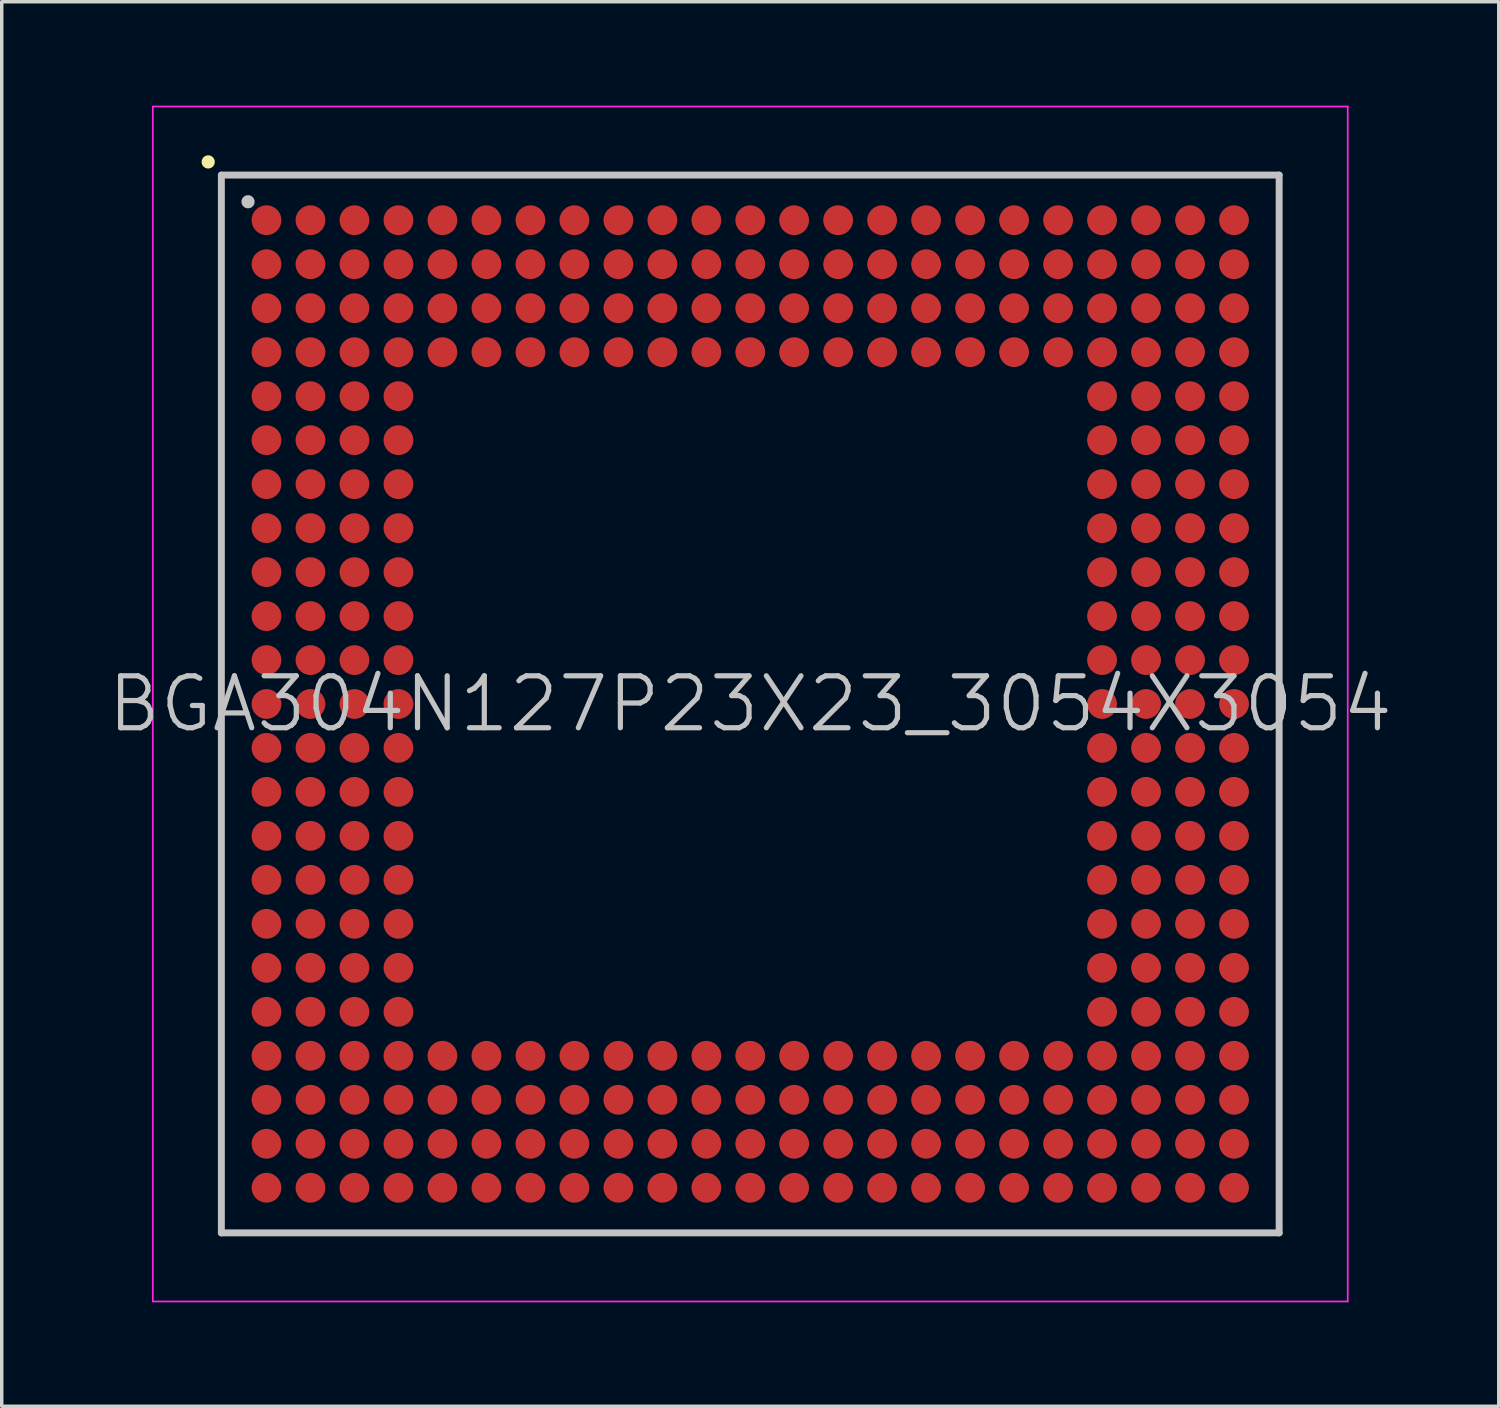
<source format=kicad_pcb>
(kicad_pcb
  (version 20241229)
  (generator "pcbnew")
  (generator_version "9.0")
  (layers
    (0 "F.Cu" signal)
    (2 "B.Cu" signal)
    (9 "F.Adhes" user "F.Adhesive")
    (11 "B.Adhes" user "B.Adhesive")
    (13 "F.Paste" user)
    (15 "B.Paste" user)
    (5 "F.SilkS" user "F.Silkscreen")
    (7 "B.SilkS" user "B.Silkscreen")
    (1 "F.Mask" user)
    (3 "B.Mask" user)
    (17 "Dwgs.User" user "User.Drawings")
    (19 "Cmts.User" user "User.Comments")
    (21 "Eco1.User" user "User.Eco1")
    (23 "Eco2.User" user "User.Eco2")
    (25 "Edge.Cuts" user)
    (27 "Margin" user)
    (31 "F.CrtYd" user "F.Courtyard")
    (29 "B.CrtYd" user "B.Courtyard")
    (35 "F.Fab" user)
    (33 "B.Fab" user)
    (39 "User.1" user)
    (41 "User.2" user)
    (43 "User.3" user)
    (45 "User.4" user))
  (footprint "BGA304N127P23X23_3054X3054"
    (layer "F.Cu")
    (at 18.611 17.275)
    (property "Reference" "BGA304N127P23X23_3054X3054" (at 0 0 0) (layer "Dwgs.User") (effects (font (size 1.5 1.5) (thickness 0.15))))
    (attr smd)
    (fp_line (start -15.65 -15.65) (end -15.65 -15.65) (stroke (width 0.381) (type solid)) (layer "F.SilkS"))
    (fp_line (start -15.27 -15.27) (end -15.27 15.27) (stroke (width 0.2) (type solid)) (layer "Dwgs.User"))
    (fp_line (start -15.27 -15.27) (end 15.27 -15.27) (stroke (width 0.2) (type solid)) (layer "Dwgs.User"))
    (fp_line (start -15.27 15.27) (end 15.27 15.27) (stroke (width 0.2) (type solid)) (layer "Dwgs.User"))
    (fp_line (start -14.5 -14.5) (end -14.5 -14.5) (stroke (width 0.381) (type solid)) (layer "Dwgs.User"))
    (fp_line (start 15.27 -15.27) (end 15.27 15.27) (stroke (width 0.2) (type solid)) (layer "Dwgs.User"))
    (fp_line (start -17.25 -17.25) (end -17.25 17.25) (stroke (width 0.05) (type solid)) (layer "F.CrtYd"))
    (fp_line (start -17.25 -17.25) (end 17.25 -17.25) (stroke (width 0.05) (type solid)) (layer "F.CrtYd"))
    (fp_line (start -17.25 17.25) (end 17.25 17.25) (stroke (width 0.05) (type solid)) (layer "F.CrtYd"))
    (fp_line (start 17.25 -17.25) (end 17.25 17.25) (stroke (width 0.05) (type solid)) (layer "F.CrtYd"))
    (pad "A1" smd circle (at -13.967 -13.967 270) (size 0.86 0.86) (layers "F.Cu" "F.Mask" "F.Paste"))
    (pad "A2" smd circle (at -12.697 -13.967 270) (size 0.86 0.86) (layers "F.Cu" "F.Mask" "F.Paste"))
    (pad "A3" smd circle (at -11.427 -13.967 270) (size 0.86 0.86) (layers "F.Cu" "F.Mask" "F.Paste"))
    (pad "A4" smd circle (at -10.157 -13.967 270) (size 0.86 0.86) (layers "F.Cu" "F.Mask" "F.Paste"))
    (pad "A5" smd circle (at -8.887 -13.967 270) (size 0.86 0.86) (layers "F.Cu" "F.Mask" "F.Paste"))
    (pad "A6" smd circle (at -7.617 -13.967 270) (size 0.86 0.86) (layers "F.Cu" "F.Mask" "F.Paste"))
    (pad "A7" smd circle (at -6.347 -13.967 270) (size 0.86 0.86) (layers "F.Cu" "F.Mask" "F.Paste"))
    (pad "A8" smd circle (at -5.077 -13.967 270) (size 0.86 0.86) (layers "F.Cu" "F.Mask" "F.Paste"))
    (pad "A9" smd circle (at -3.807 -13.967 270) (size 0.86 0.86) (layers "F.Cu" "F.Mask" "F.Paste"))
    (pad "A10" smd circle (at -2.537 -13.967 270) (size 0.86 0.86) (layers "F.Cu" "F.Mask" "F.Paste"))
    (pad "A11" smd circle (at -1.267 -13.967 270) (size 0.86 0.86) (layers "F.Cu" "F.Mask" "F.Paste"))
    (pad "A12" smd circle (at 0 -13.967 270) (size 0.86 0.86) (layers "F.Cu" "F.Mask" "F.Paste"))
    (pad "A13" smd circle (at 1.267 -13.967 270) (size 0.86 0.86) (layers "F.Cu" "F.Mask" "F.Paste"))
    (pad "A14" smd circle (at 2.537 -13.967 270) (size 0.86 0.86) (layers "F.Cu" "F.Mask" "F.Paste"))
    (pad "A15" smd circle (at 3.807 -13.967 270) (size 0.86 0.86) (layers "F.Cu" "F.Mask" "F.Paste"))
    (pad "A16" smd circle (at 5.077 -13.967 270) (size 0.86 0.86) (layers "F.Cu" "F.Mask" "F.Paste"))
    (pad "A17" smd circle (at 6.347 -13.967 270) (size 0.86 0.86) (layers "F.Cu" "F.Mask" "F.Paste"))
    (pad "A18" smd circle (at 7.617 -13.967 270) (size 0.86 0.86) (layers "F.Cu" "F.Mask" "F.Paste"))
    (pad "A19" smd circle (at 8.887 -13.967 270) (size 0.86 0.86) (layers "F.Cu" "F.Mask" "F.Paste"))
    (pad "A20" smd circle (at 10.157 -13.967 270) (size 0.86 0.86) (layers "F.Cu" "F.Mask" "F.Paste"))
    (pad "A21" smd circle (at 11.427 -13.967 270) (size 0.86 0.86) (layers "F.Cu" "F.Mask" "F.Paste"))
    (pad "A22" smd circle (at 12.697 -13.967 270) (size 0.86 0.86) (layers "F.Cu" "F.Mask" "F.Paste"))
    (pad "A23" smd circle (at 13.967 -13.967 270) (size 0.86 0.86) (layers "F.Cu" "F.Mask" "F.Paste"))
    (pad "AA1" smd circle (at -13.967 11.427 270) (size 0.86 0.86) (layers "F.Cu" "F.Mask" "F.Paste"))
    (pad "AA2" smd circle (at -12.697 11.427 270) (size 0.86 0.86) (layers "F.Cu" "F.Mask" "F.Paste"))
    (pad "AA3" smd circle (at -11.427 11.427 270) (size 0.86 0.86) (layers "F.Cu" "F.Mask" "F.Paste"))
    (pad "AA4" smd circle (at -10.157 11.427 270) (size 0.86 0.86) (layers "F.Cu" "F.Mask" "F.Paste"))
    (pad "AA5" smd circle (at -8.887 11.427 270) (size 0.86 0.86) (layers "F.Cu" "F.Mask" "F.Paste"))
    (pad "AA6" smd circle (at -7.617 11.427 270) (size 0.86 0.86) (layers "F.Cu" "F.Mask" "F.Paste"))
    (pad "AA7" smd circle (at -6.347 11.427 270) (size 0.86 0.86) (layers "F.Cu" "F.Mask" "F.Paste"))
    (pad "AA8" smd circle (at -5.077 11.427 270) (size 0.86 0.86) (layers "F.Cu" "F.Mask" "F.Paste"))
    (pad "AA9" smd circle (at -3.807 11.427 270) (size 0.86 0.86) (layers "F.Cu" "F.Mask" "F.Paste"))
    (pad "AA10" smd circle (at -2.537 11.427 270) (size 0.86 0.86) (layers "F.Cu" "F.Mask" "F.Paste"))
    (pad "AA11" smd circle (at -1.267 11.427 270) (size 0.86 0.86) (layers "F.Cu" "F.Mask" "F.Paste"))
    (pad "AA12" smd circle (at 0 11.427 270) (size 0.86 0.86) (layers "F.Cu" "F.Mask" "F.Paste"))
    (pad "AA13" smd circle (at 1.267 11.427 270) (size 0.86 0.86) (layers "F.Cu" "F.Mask" "F.Paste"))
    (pad "AA14" smd circle (at 2.537 11.427 270) (size 0.86 0.86) (layers "F.Cu" "F.Mask" "F.Paste"))
    (pad "AA15" smd circle (at 3.807 11.427 270) (size 0.86 0.86) (layers "F.Cu" "F.Mask" "F.Paste"))
    (pad "AA16" smd circle (at 5.077 11.427 270) (size 0.86 0.86) (layers "F.Cu" "F.Mask" "F.Paste"))
    (pad "AA17" smd circle (at 6.347 11.427 270) (size 0.86 0.86) (layers "F.Cu" "F.Mask" "F.Paste"))
    (pad "AA18" smd circle (at 7.617 11.427 270) (size 0.86 0.86) (layers "F.Cu" "F.Mask" "F.Paste"))
    (pad "AA19" smd circle (at 8.887 11.427 270) (size 0.86 0.86) (layers "F.Cu" "F.Mask" "F.Paste"))
    (pad "AA20" smd circle (at 10.157 11.427 270) (size 0.86 0.86) (layers "F.Cu" "F.Mask" "F.Paste"))
    (pad "AA21" smd circle (at 11.427 11.427 270) (size 0.86 0.86) (layers "F.Cu" "F.Mask" "F.Paste"))
    (pad "AA22" smd circle (at 12.697 11.427 270) (size 0.86 0.86) (layers "F.Cu" "F.Mask" "F.Paste"))
    (pad "AA23" smd circle (at 13.967 11.427 270) (size 0.86 0.86) (layers "F.Cu" "F.Mask" "F.Paste"))
    (pad "AB1" smd circle (at -13.967 12.697 270) (size 0.86 0.86) (layers "F.Cu" "F.Mask" "F.Paste"))
    (pad "AB2" smd circle (at -12.697 12.697 270) (size 0.86 0.86) (layers "F.Cu" "F.Mask" "F.Paste"))
    (pad "AB3" smd circle (at -11.427 12.697 270) (size 0.86 0.86) (layers "F.Cu" "F.Mask" "F.Paste"))
    (pad "AB4" smd circle (at -10.157 12.697 270) (size 0.86 0.86) (layers "F.Cu" "F.Mask" "F.Paste"))
    (pad "AB5" smd circle (at -8.887 12.697 270) (size 0.86 0.86) (layers "F.Cu" "F.Mask" "F.Paste"))
    (pad "AB6" smd circle (at -7.617 12.697 270) (size 0.86 0.86) (layers "F.Cu" "F.Mask" "F.Paste"))
    (pad "AB7" smd circle (at -6.347 12.697 270) (size 0.86 0.86) (layers "F.Cu" "F.Mask" "F.Paste"))
    (pad "AB8" smd circle (at -5.077 12.697 270) (size 0.86 0.86) (layers "F.Cu" "F.Mask" "F.Paste"))
    (pad "AB9" smd circle (at -3.807 12.697 270) (size 0.86 0.86) (layers "F.Cu" "F.Mask" "F.Paste"))
    (pad "AB10" smd circle (at -2.537 12.697 270) (size 0.86 0.86) (layers "F.Cu" "F.Mask" "F.Paste"))
    (pad "AB11" smd circle (at -1.267 12.697 270) (size 0.86 0.86) (layers "F.Cu" "F.Mask" "F.Paste"))
    (pad "AB12" smd circle (at 0 12.697 270) (size 0.86 0.86) (layers "F.Cu" "F.Mask" "F.Paste"))
    (pad "AB13" smd circle (at 1.267 12.697 270) (size 0.86 0.86) (layers "F.Cu" "F.Mask" "F.Paste"))
    (pad "AB14" smd circle (at 2.537 12.697 270) (size 0.86 0.86) (layers "F.Cu" "F.Mask" "F.Paste"))
    (pad "AB15" smd circle (at 3.807 12.697 270) (size 0.86 0.86) (layers "F.Cu" "F.Mask" "F.Paste"))
    (pad "AB16" smd circle (at 5.077 12.697 270) (size 0.86 0.86) (layers "F.Cu" "F.Mask" "F.Paste"))
    (pad "AB17" smd circle (at 6.347 12.697 270) (size 0.86 0.86) (layers "F.Cu" "F.Mask" "F.Paste"))
    (pad "AB18" smd circle (at 7.617 12.697 270) (size 0.86 0.86) (layers "F.Cu" "F.Mask" "F.Paste"))
    (pad "AB19" smd circle (at 8.887 12.697 270) (size 0.86 0.86) (layers "F.Cu" "F.Mask" "F.Paste"))
    (pad "AB20" smd circle (at 10.157 12.697 270) (size 0.86 0.86) (layers "F.Cu" "F.Mask" "F.Paste"))
    (pad "AB21" smd circle (at 11.427 12.697 270) (size 0.86 0.86) (layers "F.Cu" "F.Mask" "F.Paste"))
    (pad "AB22" smd circle (at 12.697 12.697 270) (size 0.86 0.86) (layers "F.Cu" "F.Mask" "F.Paste"))
    (pad "AB23" smd circle (at 13.967 12.697 270) (size 0.86 0.86) (layers "F.Cu" "F.Mask" "F.Paste"))
    (pad "AC1" smd circle (at -13.967 13.967 270) (size 0.86 0.86) (layers "F.Cu" "F.Mask" "F.Paste"))
    (pad "AC2" smd circle (at -12.697 13.967 270) (size 0.86 0.86) (layers "F.Cu" "F.Mask" "F.Paste"))
    (pad "AC3" smd circle (at -11.427 13.967 270) (size 0.86 0.86) (layers "F.Cu" "F.Mask" "F.Paste"))
    (pad "AC4" smd circle (at -10.157 13.967 270) (size 0.86 0.86) (layers "F.Cu" "F.Mask" "F.Paste"))
    (pad "AC5" smd circle (at -8.887 13.967 270) (size 0.86 0.86) (layers "F.Cu" "F.Mask" "F.Paste"))
    (pad "AC6" smd circle (at -7.617 13.967 270) (size 0.86 0.86) (layers "F.Cu" "F.Mask" "F.Paste"))
    (pad "AC7" smd circle (at -6.347 13.967 270) (size 0.86 0.86) (layers "F.Cu" "F.Mask" "F.Paste"))
    (pad "AC8" smd circle (at -5.077 13.967 270) (size 0.86 0.86) (layers "F.Cu" "F.Mask" "F.Paste"))
    (pad "AC9" smd circle (at -3.807 13.967 270) (size 0.86 0.86) (layers "F.Cu" "F.Mask" "F.Paste"))
    (pad "AC10" smd circle (at -2.537 13.967 270) (size 0.86 0.86) (layers "F.Cu" "F.Mask" "F.Paste"))
    (pad "AC11" smd circle (at -1.267 13.967 270) (size 0.86 0.86) (layers "F.Cu" "F.Mask" "F.Paste"))
    (pad "AC12" smd circle (at 0 13.967 270) (size 0.86 0.86) (layers "F.Cu" "F.Mask" "F.Paste"))
    (pad "AC13" smd circle (at 1.267 13.967 270) (size 0.86 0.86) (layers "F.Cu" "F.Mask" "F.Paste"))
    (pad "AC14" smd circle (at 2.537 13.967 270) (size 0.86 0.86) (layers "F.Cu" "F.Mask" "F.Paste"))
    (pad "AC15" smd circle (at 3.807 13.967 270) (size 0.86 0.86) (layers "F.Cu" "F.Mask" "F.Paste"))
    (pad "AC16" smd circle (at 5.077 13.967 270) (size 0.86 0.86) (layers "F.Cu" "F.Mask" "F.Paste"))
    (pad "AC17" smd circle (at 6.347 13.967 270) (size 0.86 0.86) (layers "F.Cu" "F.Mask" "F.Paste"))
    (pad "AC18" smd circle (at 7.617 13.967 270) (size 0.86 0.86) (layers "F.Cu" "F.Mask" "F.Paste"))
    (pad "AC19" smd circle (at 8.887 13.967 270) (size 0.86 0.86) (layers "F.Cu" "F.Mask" "F.Paste"))
    (pad "AC20" smd circle (at 10.157 13.967 270) (size 0.86 0.86) (layers "F.Cu" "F.Mask" "F.Paste"))
    (pad "AC21" smd circle (at 11.427 13.967 270) (size 0.86 0.86) (layers "F.Cu" "F.Mask" "F.Paste"))
    (pad "AC22" smd circle (at 12.697 13.967 270) (size 0.86 0.86) (layers "F.Cu" "F.Mask" "F.Paste"))
    (pad "AC23" smd circle (at 13.967 13.967 270) (size 0.86 0.86) (layers "F.Cu" "F.Mask" "F.Paste"))
    (pad "B1" smd circle (at -13.967 -12.697 270) (size 0.86 0.86) (layers "F.Cu" "F.Mask" "F.Paste"))
    (pad "B2" smd circle (at -12.697 -12.697 270) (size 0.86 0.86) (layers "F.Cu" "F.Mask" "F.Paste"))
    (pad "B3" smd circle (at -11.427 -12.697 270) (size 0.86 0.86) (layers "F.Cu" "F.Mask" "F.Paste"))
    (pad "B4" smd circle (at -10.157 -12.697 270) (size 0.86 0.86) (layers "F.Cu" "F.Mask" "F.Paste"))
    (pad "B5" smd circle (at -8.887 -12.697 270) (size 0.86 0.86) (layers "F.Cu" "F.Mask" "F.Paste"))
    (pad "B6" smd circle (at -7.617 -12.697 270) (size 0.86 0.86) (layers "F.Cu" "F.Mask" "F.Paste"))
    (pad "B7" smd circle (at -6.347 -12.697 270) (size 0.86 0.86) (layers "F.Cu" "F.Mask" "F.Paste"))
    (pad "B8" smd circle (at -5.077 -12.697 270) (size 0.86 0.86) (layers "F.Cu" "F.Mask" "F.Paste"))
    (pad "B9" smd circle (at -3.807 -12.697 270) (size 0.86 0.86) (layers "F.Cu" "F.Mask" "F.Paste"))
    (pad "B10" smd circle (at -2.537 -12.697 270) (size 0.86 0.86) (layers "F.Cu" "F.Mask" "F.Paste"))
    (pad "B11" smd circle (at -1.267 -12.697 270) (size 0.86 0.86) (layers "F.Cu" "F.Mask" "F.Paste"))
    (pad "B12" smd circle (at 0 -12.697 270) (size 0.86 0.86) (layers "F.Cu" "F.Mask" "F.Paste"))
    (pad "B13" smd circle (at 1.267 -12.697 270) (size 0.86 0.86) (layers "F.Cu" "F.Mask" "F.Paste"))
    (pad "B14" smd circle (at 2.537 -12.697 270) (size 0.86 0.86) (layers "F.Cu" "F.Mask" "F.Paste"))
    (pad "B15" smd circle (at 3.807 -12.697 270) (size 0.86 0.86) (layers "F.Cu" "F.Mask" "F.Paste"))
    (pad "B16" smd circle (at 5.077 -12.697 270) (size 0.86 0.86) (layers "F.Cu" "F.Mask" "F.Paste"))
    (pad "B17" smd circle (at 6.347 -12.697 270) (size 0.86 0.86) (layers "F.Cu" "F.Mask" "F.Paste"))
    (pad "B18" smd circle (at 7.617 -12.697 270) (size 0.86 0.86) (layers "F.Cu" "F.Mask" "F.Paste"))
    (pad "B19" smd circle (at 8.887 -12.697 270) (size 0.86 0.86) (layers "F.Cu" "F.Mask" "F.Paste"))
    (pad "B20" smd circle (at 10.157 -12.697 270) (size 0.86 0.86) (layers "F.Cu" "F.Mask" "F.Paste"))
    (pad "B21" smd circle (at 11.427 -12.697 270) (size 0.86 0.86) (layers "F.Cu" "F.Mask" "F.Paste"))
    (pad "B22" smd circle (at 12.697 -12.697 270) (size 0.86 0.86) (layers "F.Cu" "F.Mask" "F.Paste"))
    (pad "B23" smd circle (at 13.967 -12.697 270) (size 0.86 0.86) (layers "F.Cu" "F.Mask" "F.Paste"))
    (pad "C1" smd circle (at -13.967 -11.427 270) (size 0.86 0.86) (layers "F.Cu" "F.Mask" "F.Paste"))
    (pad "C2" smd circle (at -12.697 -11.427 270) (size 0.86 0.86) (layers "F.Cu" "F.Mask" "F.Paste"))
    (pad "C3" smd circle (at -11.427 -11.427 270) (size 0.86 0.86) (layers "F.Cu" "F.Mask" "F.Paste"))
    (pad "C4" smd circle (at -10.157 -11.427 270) (size 0.86 0.86) (layers "F.Cu" "F.Mask" "F.Paste"))
    (pad "C5" smd circle (at -8.887 -11.427 270) (size 0.86 0.86) (layers "F.Cu" "F.Mask" "F.Paste"))
    (pad "C6" smd circle (at -7.617 -11.427 270) (size 0.86 0.86) (layers "F.Cu" "F.Mask" "F.Paste"))
    (pad "C7" smd circle (at -6.347 -11.427 270) (size 0.86 0.86) (layers "F.Cu" "F.Mask" "F.Paste"))
    (pad "C8" smd circle (at -5.077 -11.427 270) (size 0.86 0.86) (layers "F.Cu" "F.Mask" "F.Paste"))
    (pad "C9" smd circle (at -3.807 -11.427 270) (size 0.86 0.86) (layers "F.Cu" "F.Mask" "F.Paste"))
    (pad "C10" smd circle (at -2.537 -11.427 270) (size 0.86 0.86) (layers "F.Cu" "F.Mask" "F.Paste"))
    (pad "C11" smd circle (at -1.267 -11.427 270) (size 0.86 0.86) (layers "F.Cu" "F.Mask" "F.Paste"))
    (pad "C12" smd circle (at 0 -11.427 270) (size 0.86 0.86) (layers "F.Cu" "F.Mask" "F.Paste"))
    (pad "C13" smd circle (at 1.267 -11.427 270) (size 0.86 0.86) (layers "F.Cu" "F.Mask" "F.Paste"))
    (pad "C14" smd circle (at 2.537 -11.427 270) (size 0.86 0.86) (layers "F.Cu" "F.Mask" "F.Paste"))
    (pad "C15" smd circle (at 3.807 -11.427 270) (size 0.86 0.86) (layers "F.Cu" "F.Mask" "F.Paste"))
    (pad "C16" smd circle (at 5.077 -11.427 270) (size 0.86 0.86) (layers "F.Cu" "F.Mask" "F.Paste"))
    (pad "C17" smd circle (at 6.347 -11.427 270) (size 0.86 0.86) (layers "F.Cu" "F.Mask" "F.Paste"))
    (pad "C18" smd circle (at 7.617 -11.427 270) (size 0.86 0.86) (layers "F.Cu" "F.Mask" "F.Paste"))
    (pad "C19" smd circle (at 8.887 -11.427 270) (size 0.86 0.86) (layers "F.Cu" "F.Mask" "F.Paste"))
    (pad "C20" smd circle (at 10.157 -11.427 270) (size 0.86 0.86) (layers "F.Cu" "F.Mask" "F.Paste"))
    (pad "C21" smd circle (at 11.427 -11.427 270) (size 0.86 0.86) (layers "F.Cu" "F.Mask" "F.Paste"))
    (pad "C22" smd circle (at 12.697 -11.427 270) (size 0.86 0.86) (layers "F.Cu" "F.Mask" "F.Paste"))
    (pad "C23" smd circle (at 13.967 -11.427 270) (size 0.86 0.86) (layers "F.Cu" "F.Mask" "F.Paste"))
    (pad "D1" smd circle (at -13.967 -10.157 270) (size 0.86 0.86) (layers "F.Cu" "F.Mask" "F.Paste"))
    (pad "D2" smd circle (at -12.697 -10.157 270) (size 0.86 0.86) (layers "F.Cu" "F.Mask" "F.Paste"))
    (pad "D3" smd circle (at -11.427 -10.157 270) (size 0.86 0.86) (layers "F.Cu" "F.Mask" "F.Paste"))
    (pad "D4" smd circle (at -10.157 -10.157 270) (size 0.86 0.86) (layers "F.Cu" "F.Mask" "F.Paste"))
    (pad "D5" smd circle (at -8.887 -10.157 270) (size 0.86 0.86) (layers "F.Cu" "F.Mask" "F.Paste"))
    (pad "D6" smd circle (at -7.617 -10.157 270) (size 0.86 0.86) (layers "F.Cu" "F.Mask" "F.Paste"))
    (pad "D7" smd circle (at -6.347 -10.157 270) (size 0.86 0.86) (layers "F.Cu" "F.Mask" "F.Paste"))
    (pad "D8" smd circle (at -5.077 -10.157 270) (size 0.86 0.86) (layers "F.Cu" "F.Mask" "F.Paste"))
    (pad "D9" smd circle (at -3.807 -10.157 270) (size 0.86 0.86) (layers "F.Cu" "F.Mask" "F.Paste"))
    (pad "D10" smd circle (at -2.537 -10.157 270) (size 0.86 0.86) (layers "F.Cu" "F.Mask" "F.Paste"))
    (pad "D11" smd circle (at -1.267 -10.157 270) (size 0.86 0.86) (layers "F.Cu" "F.Mask" "F.Paste"))
    (pad "D12" smd circle (at 0 -10.157 270) (size 0.86 0.86) (layers "F.Cu" "F.Mask" "F.Paste"))
    (pad "D13" smd circle (at 1.267 -10.157 270) (size 0.86 0.86) (layers "F.Cu" "F.Mask" "F.Paste"))
    (pad "D14" smd circle (at 2.537 -10.157 270) (size 0.86 0.86) (layers "F.Cu" "F.Mask" "F.Paste"))
    (pad "D15" smd circle (at 3.807 -10.157 270) (size 0.86 0.86) (layers "F.Cu" "F.Mask" "F.Paste"))
    (pad "D16" smd circle (at 5.077 -10.157 270) (size 0.86 0.86) (layers "F.Cu" "F.Mask" "F.Paste"))
    (pad "D17" smd circle (at 6.347 -10.157 270) (size 0.86 0.86) (layers "F.Cu" "F.Mask" "F.Paste"))
    (pad "D18" smd circle (at 7.617 -10.157 270) (size 0.86 0.86) (layers "F.Cu" "F.Mask" "F.Paste"))
    (pad "D19" smd circle (at 8.887 -10.157 270) (size 0.86 0.86) (layers "F.Cu" "F.Mask" "F.Paste"))
    (pad "D20" smd circle (at 10.157 -10.157 270) (size 0.86 0.86) (layers "F.Cu" "F.Mask" "F.Paste"))
    (pad "D21" smd circle (at 11.427 -10.157 270) (size 0.86 0.86) (layers "F.Cu" "F.Mask" "F.Paste"))
    (pad "D22" smd circle (at 12.697 -10.157 270) (size 0.86 0.86) (layers "F.Cu" "F.Mask" "F.Paste"))
    (pad "D23" smd circle (at 13.967 -10.157 270) (size 0.86 0.86) (layers "F.Cu" "F.Mask" "F.Paste"))
    (pad "E1" smd circle (at -13.967 -8.887 270) (size 0.86 0.86) (layers "F.Cu" "F.Mask" "F.Paste"))
    (pad "E2" smd circle (at -12.697 -8.887 270) (size 0.86 0.86) (layers "F.Cu" "F.Mask" "F.Paste"))
    (pad "E3" smd circle (at -11.427 -8.887 270) (size 0.86 0.86) (layers "F.Cu" "F.Mask" "F.Paste"))
    (pad "E4" smd circle (at -10.157 -8.887 270) (size 0.86 0.86) (layers "F.Cu" "F.Mask" "F.Paste"))
    (pad "E20" smd circle (at 10.157 -8.887 270) (size 0.86 0.86) (layers "F.Cu" "F.Mask" "F.Paste"))
    (pad "E21" smd circle (at 11.427 -8.887 270) (size 0.86 0.86) (layers "F.Cu" "F.Mask" "F.Paste"))
    (pad "E22" smd circle (at 12.697 -8.887 270) (size 0.86 0.86) (layers "F.Cu" "F.Mask" "F.Paste"))
    (pad "E23" smd circle (at 13.967 -8.887 270) (size 0.86 0.86) (layers "F.Cu" "F.Mask" "F.Paste"))
    (pad "F1" smd circle (at -13.967 -7.617 270) (size 0.86 0.86) (layers "F.Cu" "F.Mask" "F.Paste"))
    (pad "F2" smd circle (at -12.697 -7.617 270) (size 0.86 0.86) (layers "F.Cu" "F.Mask" "F.Paste"))
    (pad "F3" smd circle (at -11.427 -7.617 270) (size 0.86 0.86) (layers "F.Cu" "F.Mask" "F.Paste"))
    (pad "F4" smd circle (at -10.157 -7.617 270) (size 0.86 0.86) (layers "F.Cu" "F.Mask" "F.Paste"))
    (pad "F20" smd circle (at 10.157 -7.617 270) (size 0.86 0.86) (layers "F.Cu" "F.Mask" "F.Paste"))
    (pad "F21" smd circle (at 11.427 -7.617 270) (size 0.86 0.86) (layers "F.Cu" "F.Mask" "F.Paste"))
    (pad "F22" smd circle (at 12.697 -7.617 270) (size 0.86 0.86) (layers "F.Cu" "F.Mask" "F.Paste"))
    (pad "F23" smd circle (at 13.967 -7.617 270) (size 0.86 0.86) (layers "F.Cu" "F.Mask" "F.Paste"))
    (pad "G1" smd circle (at -13.967 -6.347 270) (size 0.86 0.86) (layers "F.Cu" "F.Mask" "F.Paste"))
    (pad "G2" smd circle (at -12.697 -6.347 270) (size 0.86 0.86) (layers "F.Cu" "F.Mask" "F.Paste"))
    (pad "G3" smd circle (at -11.427 -6.347 270) (size 0.86 0.86) (layers "F.Cu" "F.Mask" "F.Paste"))
    (pad "G4" smd circle (at -10.157 -6.347 270) (size 0.86 0.86) (layers "F.Cu" "F.Mask" "F.Paste"))
    (pad "G20" smd circle (at 10.157 -6.347 270) (size 0.86 0.86) (layers "F.Cu" "F.Mask" "F.Paste"))
    (pad "G21" smd circle (at 11.427 -6.347 270) (size 0.86 0.86) (layers "F.Cu" "F.Mask" "F.Paste"))
    (pad "G22" smd circle (at 12.697 -6.347 270) (size 0.86 0.86) (layers "F.Cu" "F.Mask" "F.Paste"))
    (pad "G23" smd circle (at 13.967 -6.347 270) (size 0.86 0.86) (layers "F.Cu" "F.Mask" "F.Paste"))
    (pad "H1" smd circle (at -13.967 -5.077 270) (size 0.86 0.86) (layers "F.Cu" "F.Mask" "F.Paste"))
    (pad "H2" smd circle (at -12.697 -5.077 270) (size 0.86 0.86) (layers "F.Cu" "F.Mask" "F.Paste"))
    (pad "H3" smd circle (at -11.427 -5.077 270) (size 0.86 0.86) (layers "F.Cu" "F.Mask" "F.Paste"))
    (pad "H4" smd circle (at -10.157 -5.077 270) (size 0.86 0.86) (layers "F.Cu" "F.Mask" "F.Paste"))
    (pad "H20" smd circle (at 10.157 -5.077 270) (size 0.86 0.86) (layers "F.Cu" "F.Mask" "F.Paste"))
    (pad "H21" smd circle (at 11.427 -5.077 270) (size 0.86 0.86) (layers "F.Cu" "F.Mask" "F.Paste"))
    (pad "H22" smd circle (at 12.697 -5.077 270) (size 0.86 0.86) (layers "F.Cu" "F.Mask" "F.Paste"))
    (pad "H23" smd circle (at 13.967 -5.077 270) (size 0.86 0.86) (layers "F.Cu" "F.Mask" "F.Paste"))
    (pad "J1" smd circle (at -13.967 -3.807 270) (size 0.86 0.86) (layers "F.Cu" "F.Mask" "F.Paste"))
    (pad "J2" smd circle (at -12.697 -3.807 270) (size 0.86 0.86) (layers "F.Cu" "F.Mask" "F.Paste"))
    (pad "J3" smd circle (at -11.427 -3.807 270) (size 0.86 0.86) (layers "F.Cu" "F.Mask" "F.Paste"))
    (pad "J4" smd circle (at -10.157 -3.807 270) (size 0.86 0.86) (layers "F.Cu" "F.Mask" "F.Paste"))
    (pad "J20" smd circle (at 10.157 -3.807 270) (size 0.86 0.86) (layers "F.Cu" "F.Mask" "F.Paste"))
    (pad "J21" smd circle (at 11.427 -3.807 270) (size 0.86 0.86) (layers "F.Cu" "F.Mask" "F.Paste"))
    (pad "J22" smd circle (at 12.697 -3.807 270) (size 0.86 0.86) (layers "F.Cu" "F.Mask" "F.Paste"))
    (pad "J23" smd circle (at 13.967 -3.807 270) (size 0.86 0.86) (layers "F.Cu" "F.Mask" "F.Paste"))
    (pad "K1" smd circle (at -13.967 -2.537 270) (size 0.86 0.86) (layers "F.Cu" "F.Mask" "F.Paste"))
    (pad "K2" smd circle (at -12.697 -2.537 270) (size 0.86 0.86) (layers "F.Cu" "F.Mask" "F.Paste"))
    (pad "K3" smd circle (at -11.427 -2.537 270) (size 0.86 0.86) (layers "F.Cu" "F.Mask" "F.Paste"))
    (pad "K4" smd circle (at -10.157 -2.537 270) (size 0.86 0.86) (layers "F.Cu" "F.Mask" "F.Paste"))
    (pad "K20" smd circle (at 10.157 -2.537 270) (size 0.86 0.86) (layers "F.Cu" "F.Mask" "F.Paste"))
    (pad "K21" smd circle (at 11.427 -2.537 270) (size 0.86 0.86) (layers "F.Cu" "F.Mask" "F.Paste"))
    (pad "K22" smd circle (at 12.697 -2.537 270) (size 0.86 0.86) (layers "F.Cu" "F.Mask" "F.Paste"))
    (pad "K23" smd circle (at 13.967 -2.537 270) (size 0.86 0.86) (layers "F.Cu" "F.Mask" "F.Paste"))
    (pad "L1" smd circle (at -13.967 -1.267 270) (size 0.86 0.86) (layers "F.Cu" "F.Mask" "F.Paste"))
    (pad "L2" smd circle (at -12.697 -1.267 270) (size 0.86 0.86) (layers "F.Cu" "F.Mask" "F.Paste"))
    (pad "L3" smd circle (at -11.427 -1.267 270) (size 0.86 0.86) (layers "F.Cu" "F.Mask" "F.Paste"))
    (pad "L4" smd circle (at -10.157 -1.267 270) (size 0.86 0.86) (layers "F.Cu" "F.Mask" "F.Paste"))
    (pad "L20" smd circle (at 10.157 -1.267 270) (size 0.86 0.86) (layers "F.Cu" "F.Mask" "F.Paste"))
    (pad "L21" smd circle (at 11.427 -1.267 270) (size 0.86 0.86) (layers "F.Cu" "F.Mask" "F.Paste"))
    (pad "L22" smd circle (at 12.697 -1.267 270) (size 0.86 0.86) (layers "F.Cu" "F.Mask" "F.Paste"))
    (pad "L23" smd circle (at 13.967 -1.267 270) (size 0.86 0.86) (layers "F.Cu" "F.Mask" "F.Paste"))
    (pad "M1" smd circle (at -13.967 0 270) (size 0.86 0.86) (layers "F.Cu" "F.Mask" "F.Paste"))
    (pad "M2" smd circle (at -12.697 0 270) (size 0.86 0.86) (layers "F.Cu" "F.Mask" "F.Paste"))
    (pad "M3" smd circle (at -11.427 0 270) (size 0.86 0.86) (layers "F.Cu" "F.Mask" "F.Paste"))
    (pad "M4" smd circle (at -10.157 0 270) (size 0.86 0.86) (layers "F.Cu" "F.Mask" "F.Paste"))
    (pad "M20" smd circle (at 10.157 0 270) (size 0.86 0.86) (layers "F.Cu" "F.Mask" "F.Paste"))
    (pad "M21" smd circle (at 11.427 0 270) (size 0.86 0.86) (layers "F.Cu" "F.Mask" "F.Paste"))
    (pad "M22" smd circle (at 12.697 0 270) (size 0.86 0.86) (layers "F.Cu" "F.Mask" "F.Paste"))
    (pad "M23" smd circle (at 13.967 0 270) (size 0.86 0.86) (layers "F.Cu" "F.Mask" "F.Paste"))
    (pad "N1" smd circle (at -13.967 1.267 270) (size 0.86 0.86) (layers "F.Cu" "F.Mask" "F.Paste"))
    (pad "N2" smd circle (at -12.697 1.267 270) (size 0.86 0.86) (layers "F.Cu" "F.Mask" "F.Paste"))
    (pad "N3" smd circle (at -11.427 1.267 270) (size 0.86 0.86) (layers "F.Cu" "F.Mask" "F.Paste"))
    (pad "N4" smd circle (at -10.157 1.267 270) (size 0.86 0.86) (layers "F.Cu" "F.Mask" "F.Paste"))
    (pad "N20" smd circle (at 10.157 1.267 270) (size 0.86 0.86) (layers "F.Cu" "F.Mask" "F.Paste"))
    (pad "N21" smd circle (at 11.427 1.267 270) (size 0.86 0.86) (layers "F.Cu" "F.Mask" "F.Paste"))
    (pad "N22" smd circle (at 12.697 1.267 270) (size 0.86 0.86) (layers "F.Cu" "F.Mask" "F.Paste"))
    (pad "N23" smd circle (at 13.967 1.267 270) (size 0.86 0.86) (layers "F.Cu" "F.Mask" "F.Paste"))
    (pad "P1" smd circle (at -13.967 2.537 270) (size 0.86 0.86) (layers "F.Cu" "F.Mask" "F.Paste"))
    (pad "P2" smd circle (at -12.697 2.537 270) (size 0.86 0.86) (layers "F.Cu" "F.Mask" "F.Paste"))
    (pad "P3" smd circle (at -11.427 2.537 270) (size 0.86 0.86) (layers "F.Cu" "F.Mask" "F.Paste"))
    (pad "P4" smd circle (at -10.157 2.537 270) (size 0.86 0.86) (layers "F.Cu" "F.Mask" "F.Paste"))
    (pad "P20" smd circle (at 10.157 2.537 270) (size 0.86 0.86) (layers "F.Cu" "F.Mask" "F.Paste"))
    (pad "P21" smd circle (at 11.427 2.537 270) (size 0.86 0.86) (layers "F.Cu" "F.Mask" "F.Paste"))
    (pad "P22" smd circle (at 12.697 2.537 270) (size 0.86 0.86) (layers "F.Cu" "F.Mask" "F.Paste"))
    (pad "P23" smd circle (at 13.967 2.537 270) (size 0.86 0.86) (layers "F.Cu" "F.Mask" "F.Paste"))
    (pad "R1" smd circle (at -13.967 3.807 270) (size 0.86 0.86) (layers "F.Cu" "F.Mask" "F.Paste"))
    (pad "R2" smd circle (at -12.697 3.807 270) (size 0.86 0.86) (layers "F.Cu" "F.Mask" "F.Paste"))
    (pad "R3" smd circle (at -11.427 3.807 270) (size 0.86 0.86) (layers "F.Cu" "F.Mask" "F.Paste"))
    (pad "R4" smd circle (at -10.157 3.807 270) (size 0.86 0.86) (layers "F.Cu" "F.Mask" "F.Paste"))
    (pad "R20" smd circle (at 10.157 3.807 270) (size 0.86 0.86) (layers "F.Cu" "F.Mask" "F.Paste"))
    (pad "R21" smd circle (at 11.427 3.807 270) (size 0.86 0.86) (layers "F.Cu" "F.Mask" "F.Paste"))
    (pad "R22" smd circle (at 12.697 3.807 270) (size 0.86 0.86) (layers "F.Cu" "F.Mask" "F.Paste"))
    (pad "R23" smd circle (at 13.967 3.807 270) (size 0.86 0.86) (layers "F.Cu" "F.Mask" "F.Paste"))
    (pad "T1" smd circle (at -13.967 5.077 270) (size 0.86 0.86) (layers "F.Cu" "F.Mask" "F.Paste"))
    (pad "T2" smd circle (at -12.697 5.077 270) (size 0.86 0.86) (layers "F.Cu" "F.Mask" "F.Paste"))
    (pad "T3" smd circle (at -11.427 5.077 270) (size 0.86 0.86) (layers "F.Cu" "F.Mask" "F.Paste"))
    (pad "T4" smd circle (at -10.157 5.077 270) (size 0.86 0.86) (layers "F.Cu" "F.Mask" "F.Paste"))
    (pad "T20" smd circle (at 10.157 5.077 270) (size 0.86 0.86) (layers "F.Cu" "F.Mask" "F.Paste"))
    (pad "T21" smd circle (at 11.427 5.077 270) (size 0.86 0.86) (layers "F.Cu" "F.Mask" "F.Paste"))
    (pad "T22" smd circle (at 12.697 5.077 270) (size 0.86 0.86) (layers "F.Cu" "F.Mask" "F.Paste"))
    (pad "T23" smd circle (at 13.967 5.077 270) (size 0.86 0.86) (layers "F.Cu" "F.Mask" "F.Paste"))
    (pad "U1" smd circle (at -13.967 6.347 270) (size 0.86 0.86) (layers "F.Cu" "F.Mask" "F.Paste"))
    (pad "U2" smd circle (at -12.697 6.347 270) (size 0.86 0.86) (layers "F.Cu" "F.Mask" "F.Paste"))
    (pad "U3" smd circle (at -11.427 6.347 270) (size 0.86 0.86) (layers "F.Cu" "F.Mask" "F.Paste"))
    (pad "U4" smd circle (at -10.157 6.347 270) (size 0.86 0.86) (layers "F.Cu" "F.Mask" "F.Paste"))
    (pad "U20" smd circle (at 10.157 6.347 270) (size 0.86 0.86) (layers "F.Cu" "F.Mask" "F.Paste"))
    (pad "U21" smd circle (at 11.427 6.347 270) (size 0.86 0.86) (layers "F.Cu" "F.Mask" "F.Paste"))
    (pad "U22" smd circle (at 12.697 6.347 270) (size 0.86 0.86) (layers "F.Cu" "F.Mask" "F.Paste"))
    (pad "U23" smd circle (at 13.967 6.347 270) (size 0.86 0.86) (layers "F.Cu" "F.Mask" "F.Paste"))
    (pad "V1" smd circle (at -13.967 7.617 270) (size 0.86 0.86) (layers "F.Cu" "F.Mask" "F.Paste"))
    (pad "V2" smd circle (at -12.697 7.617 270) (size 0.86 0.86) (layers "F.Cu" "F.Mask" "F.Paste"))
    (pad "V3" smd circle (at -11.427 7.617 270) (size 0.86 0.86) (layers "F.Cu" "F.Mask" "F.Paste"))
    (pad "V4" smd circle (at -10.157 7.617 270) (size 0.86 0.86) (layers "F.Cu" "F.Mask" "F.Paste"))
    (pad "V20" smd circle (at 10.157 7.617 270) (size 0.86 0.86) (layers "F.Cu" "F.Mask" "F.Paste"))
    (pad "V21" smd circle (at 11.427 7.617 270) (size 0.86 0.86) (layers "F.Cu" "F.Mask" "F.Paste"))
    (pad "V22" smd circle (at 12.697 7.617 270) (size 0.86 0.86) (layers "F.Cu" "F.Mask" "F.Paste"))
    (pad "V23" smd circle (at 13.967 7.617 270) (size 0.86 0.86) (layers "F.Cu" "F.Mask" "F.Paste"))
    (pad "W1" smd circle (at -13.967 8.887 270) (size 0.86 0.86) (layers "F.Cu" "F.Mask" "F.Paste"))
    (pad "W2" smd circle (at -12.697 8.887 270) (size 0.86 0.86) (layers "F.Cu" "F.Mask" "F.Paste"))
    (pad "W3" smd circle (at -11.427 8.887 270) (size 0.86 0.86) (layers "F.Cu" "F.Mask" "F.Paste"))
    (pad "W4" smd circle (at -10.157 8.887 270) (size 0.86 0.86) (layers "F.Cu" "F.Mask" "F.Paste"))
    (pad "W20" smd circle (at 10.157 8.887 270) (size 0.86 0.86) (layers "F.Cu" "F.Mask" "F.Paste"))
    (pad "W21" smd circle (at 11.427 8.887 270) (size 0.86 0.86) (layers "F.Cu" "F.Mask" "F.Paste"))
    (pad "W22" smd circle (at 12.697 8.887 270) (size 0.86 0.86) (layers "F.Cu" "F.Mask" "F.Paste"))
    (pad "W23" smd circle (at 13.967 8.887 270) (size 0.86 0.86) (layers "F.Cu" "F.Mask" "F.Paste"))
    (pad "Y1" smd circle (at -13.967 10.157 270) (size 0.86 0.86) (layers "F.Cu" "F.Mask" "F.Paste"))
    (pad "Y2" smd circle (at -12.697 10.157 270) (size 0.86 0.86) (layers "F.Cu" "F.Mask" "F.Paste"))
    (pad "Y3" smd circle (at -11.427 10.157 270) (size 0.86 0.86) (layers "F.Cu" "F.Mask" "F.Paste"))
    (pad "Y4" smd circle (at -10.157 10.157 270) (size 0.86 0.86) (layers "F.Cu" "F.Mask" "F.Paste"))
    (pad "Y5" smd circle (at -8.887 10.157 270) (size 0.86 0.86) (layers "F.Cu" "F.Mask" "F.Paste"))
    (pad "Y6" smd circle (at -7.617 10.157 270) (size 0.86 0.86) (layers "F.Cu" "F.Mask" "F.Paste"))
    (pad "Y7" smd circle (at -6.347 10.157 270) (size 0.86 0.86) (layers "F.Cu" "F.Mask" "F.Paste"))
    (pad "Y8" smd circle (at -5.077 10.157 270) (size 0.86 0.86) (layers "F.Cu" "F.Mask" "F.Paste"))
    (pad "Y9" smd circle (at -3.807 10.157 270) (size 0.86 0.86) (layers "F.Cu" "F.Mask" "F.Paste"))
    (pad "Y10" smd circle (at -2.537 10.157 270) (size 0.86 0.86) (layers "F.Cu" "F.Mask" "F.Paste"))
    (pad "Y11" smd circle (at -1.267 10.157 270) (size 0.86 0.86) (layers "F.Cu" "F.Mask" "F.Paste"))
    (pad "Y12" smd circle (at 0 10.157 270) (size 0.86 0.86) (layers "F.Cu" "F.Mask" "F.Paste"))
    (pad "Y13" smd circle (at 1.267 10.157 270) (size 0.86 0.86) (layers "F.Cu" "F.Mask" "F.Paste"))
    (pad "Y14" smd circle (at 2.537 10.157 270) (size 0.86 0.86) (layers "F.Cu" "F.Mask" "F.Paste"))
    (pad "Y15" smd circle (at 3.807 10.157 270) (size 0.86 0.86) (layers "F.Cu" "F.Mask" "F.Paste"))
    (pad "Y16" smd circle (at 5.077 10.157 270) (size 0.86 0.86) (layers "F.Cu" "F.Mask" "F.Paste"))
    (pad "Y17" smd circle (at 6.347 10.157 270) (size 0.86 0.86) (layers "F.Cu" "F.Mask" "F.Paste"))
    (pad "Y18" smd circle (at 7.617 10.157 270) (size 0.86 0.86) (layers "F.Cu" "F.Mask" "F.Paste"))
    (pad "Y19" smd circle (at 8.887 10.157 270) (size 0.86 0.86) (layers "F.Cu" "F.Mask" "F.Paste"))
    (pad "Y20" smd circle (at 10.157 10.157 270) (size 0.86 0.86) (layers "F.Cu" "F.Mask" "F.Paste"))
    (pad "Y21" smd circle (at 11.427 10.157 270) (size 0.86 0.86) (layers "F.Cu" "F.Mask" "F.Paste"))
    (pad "Y22" smd circle (at 12.697 10.157 270) (size 0.86 0.86) (layers "F.Cu" "F.Mask" "F.Paste"))
    (pad "Y23" smd circle (at 13.967 10.157 270) (size 0.86 0.86) (layers "F.Cu" "F.Mask" "F.Paste")))
  (gr_rect
    (start -3 -3)
    (end 40.221 37.55)
    (stroke (width 0.1) (type default))
    (fill no)
    (layer "Edge.Cuts")))
</source>
